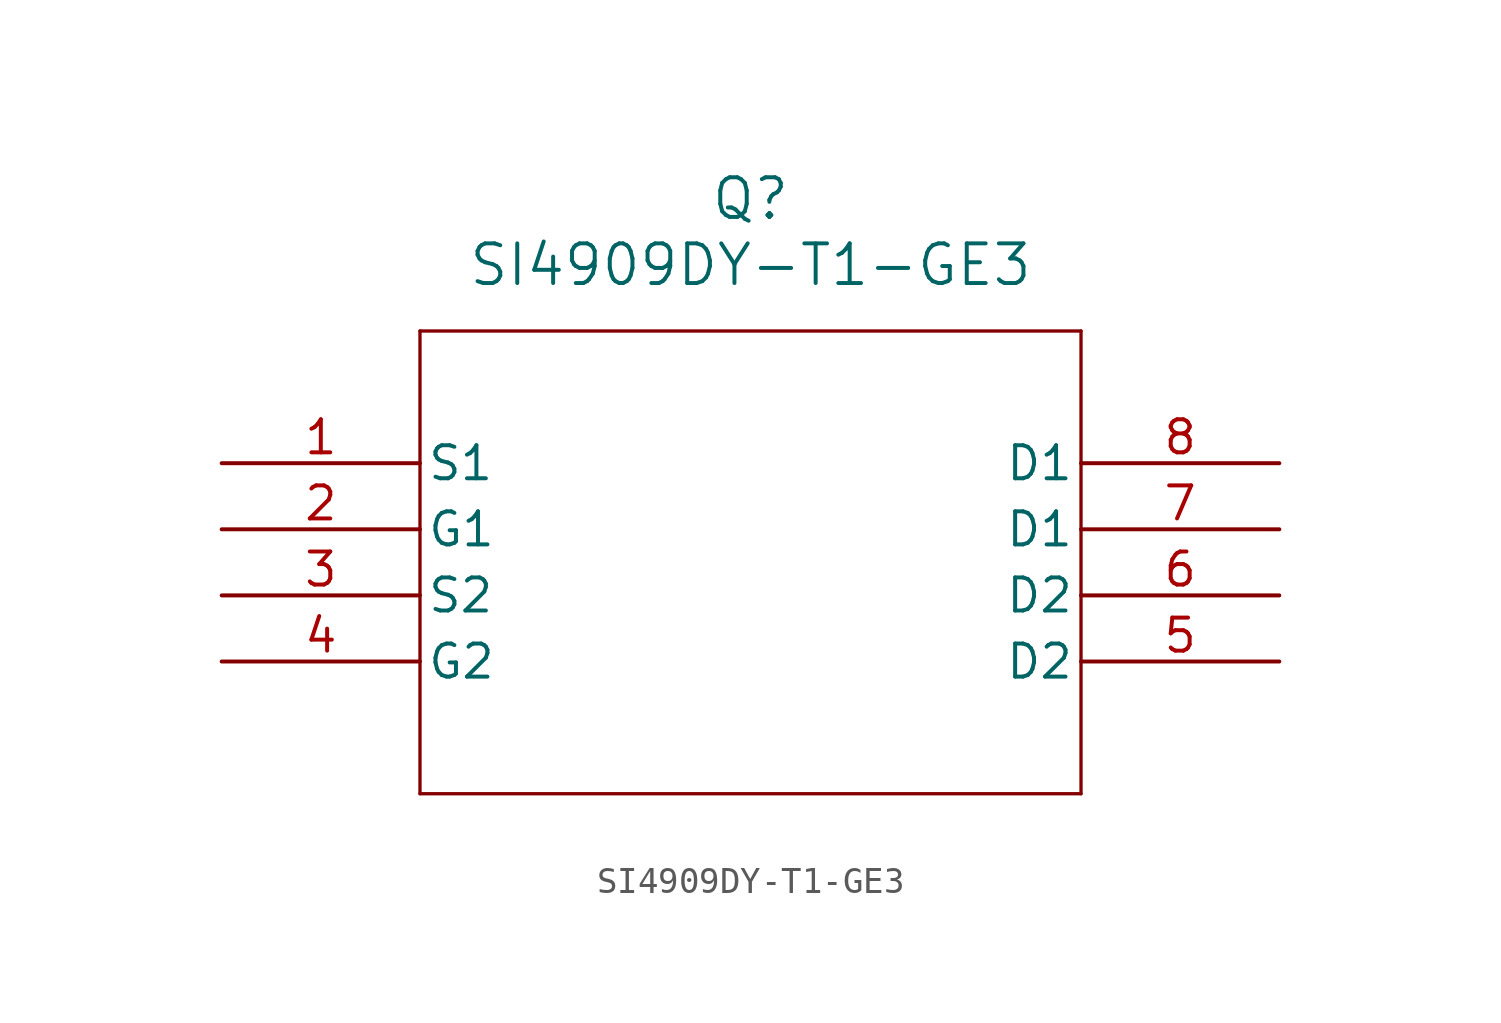
<source format=kicad_sym>
(kicad_symbol_lib
  (version 20211014)
  (generator kicad_symbol_editor)
  (symbol "SI4909DY-T1-GE3"
    (pin_names
      (offset 0.254))
    (property "Reference" "Q"
      (at 20.32 10.16 0)
      (effects (font (size 1.524 1.524))))
    (property "Value" "SI4909DY-T1-GE3"
      (at 20.32 7.62 0)
      (effects (font (size 1.524 1.524))))
    (symbol "SI4909DY-T1-GE3_0_1"
      (polyline (pts (xy 7.62 5.08) (xy 7.62 -12.7)) (stroke (width 0.127) (type default) (color 0 0 0 0)) (fill (type none)))
      (polyline (pts (xy 7.62 -12.7) (xy 33.02 -12.7)) (stroke (width 0.127) (type default) (color 0 0 0 0)) (fill (type none)))
      (polyline (pts (xy 33.02 -12.7) (xy 33.02 5.08)) (stroke (width 0.127) (type default) (color 0 0 0 0)) (fill (type none)))
      (polyline (pts (xy 33.02 5.08) (xy 7.62 5.08)) (stroke (width 0.127) (type default) (color 0 0 0 0)) (fill (type none)))
      (pin bidirectional line (at 0 0 0) (length 7.62) (name "S1" (effects (font (size 1.27 1.27)))) (number "1" (effects (font (size 1.27 1.27)))))
      (pin bidirectional line (at 0 -2.54 0) (length 7.62) (name "G1" (effects (font (size 1.27 1.27)))) (number "2" (effects (font (size 1.27 1.27)))))
      (pin unspecified line (at 0 -5.08 0) (length 7.62) (name "S2" (effects (font (size 1.27 1.27)))) (number "3" (effects (font (size 1.27 1.27)))))
      (pin bidirectional line (at 0 -7.62 0) (length 7.62) (name "G2" (effects (font (size 1.27 1.27)))) (number "4" (effects (font (size 1.27 1.27)))))
      (pin bidirectional line (at 40.64 -7.62 180) (length 7.62) (name "D2" (effects (font (size 1.27 1.27)))) (number "5" (effects (font (size 1.27 1.27)))))
      (pin bidirectional line (at 40.64 -5.08 180) (length 7.62) (name "D2" (effects (font (size 1.27 1.27)))) (number "6" (effects (font (size 1.27 1.27)))))
      (pin bidirectional line (at 40.64 -2.54 180) (length 7.62) (name "D1" (effects (font (size 1.27 1.27)))) (number "7" (effects (font (size 1.27 1.27)))))
      (pin bidirectional line (at 40.64 0 180) (length 7.62) (name "D1" (effects (font (size 1.27 1.27)))) (number "8" (effects (font (size 1.27 1.27))))))))
</source>
